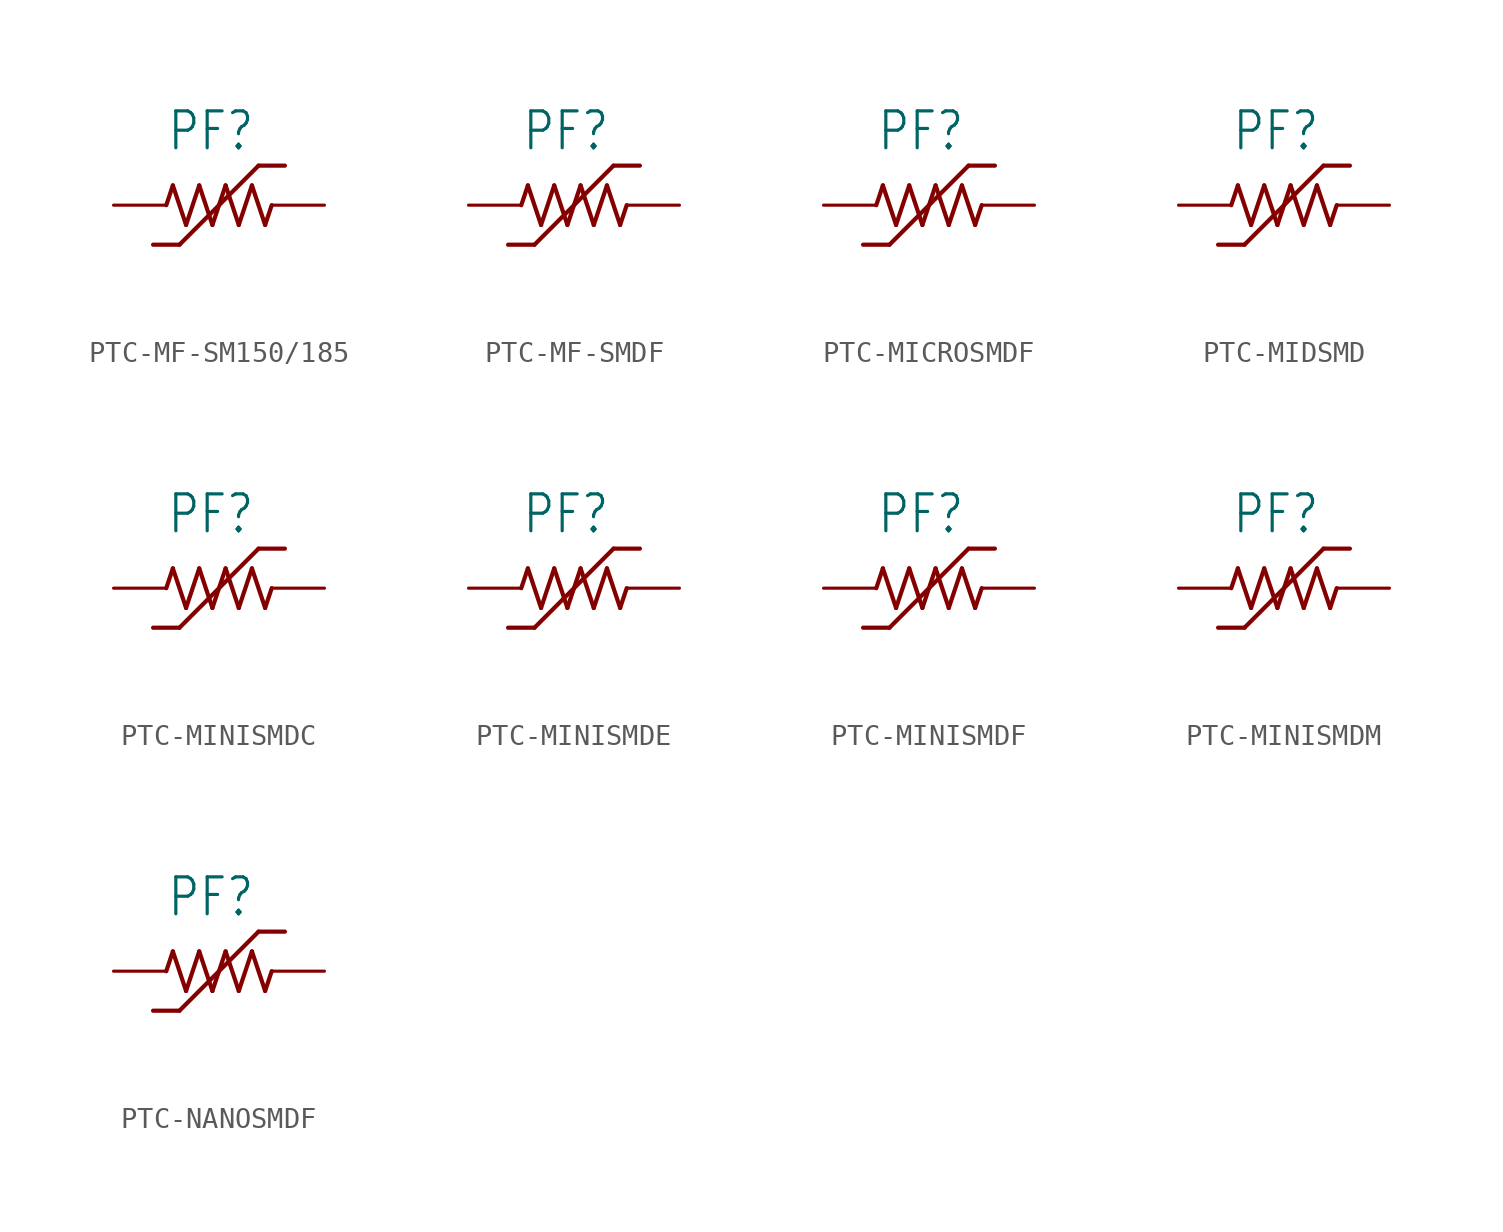
<source format=kicad_sym>
(kicad_symbol_lib
  (version 20231120)
  (generator "kicad_symbol_editor")
  (generator_version "8.0")
  (symbol "PTC-MF-SM150/185"
    (property "Reference" "PF"
      (at -2.54 2.54 0)
      (effects (font (size 1.778 1.511)) (justify left bottom)))
    (property "Value" ""
      (at -5.08 -5.08 0)
      (effects (font (size 1.778 1.511)) (justify left bottom)))
    (property "ki_locked" ""
      (at 0 0 0)
      (effects (font (size 1.27 1.27))))
    (symbol "PTC-MF-SM150/185_1_0"
      (polyline (pts (xy -2.54 0) (xy -2.223 0.953)) (stroke (width 0.203) (type solid)) (fill (type none)))
      (polyline (pts (xy -2.223 0.953) (xy -1.587 -0.953)) (stroke (width 0.203) (type solid)) (fill (type none)))
      (polyline (pts (xy -1.905 -1.905) (xy -3.175 -1.905)) (stroke (width 0.203) (type solid)) (fill (type none)))
      (polyline (pts (xy -1.587 -0.953) (xy -0.953 0.953)) (stroke (width 0.203) (type solid)) (fill (type none)))
      (polyline (pts (xy -0.953 0.953) (xy -0.318 -0.953)) (stroke (width 0.203) (type solid)) (fill (type none)))
      (polyline (pts (xy -0.318 -0.953) (xy 0.318 0.953)) (stroke (width 0.203) (type solid)) (fill (type none)))
      (polyline (pts (xy 0.318 0.953) (xy 0.953 -0.953)) (stroke (width 0.203) (type solid)) (fill (type none)))
      (polyline (pts (xy 0.953 -0.953) (xy 1.587 0.953)) (stroke (width 0.203) (type solid)) (fill (type none)))
      (polyline (pts (xy 1.587 0.953) (xy 2.223 -0.953)) (stroke (width 0.203) (type solid)) (fill (type none)))
      (polyline (pts (xy 1.905 1.905) (xy -1.905 -1.905)) (stroke (width 0.203) (type solid)) (fill (type none)))
      (polyline (pts (xy 2.223 -0.953) (xy 2.54 0)) (stroke (width 0.203) (type solid)) (fill (type none)))
      (polyline (pts (xy 3.175 1.905) (xy 1.905 1.905)) (stroke (width 0.203) (type solid)) (fill (type none)))
      (pin passive line (at -5.08 0 0) (length 2.54) (name "1" (effects (font (size 0 0)))) (number "1" (effects (font (size 0 0)))))
      (pin passive line (at 5.08 0 180) (length 2.54) (name "2" (effects (font (size 0 0)))) (number "2" (effects (font (size 0 0)))))))
  (symbol "PTC-MF-SMDF"
    (property "Reference" "PF"
      (at -2.54 2.54 0)
      (effects (font (size 1.778 1.511)) (justify left bottom)))
    (property "Value" ""
      (at -5.08 -5.08 0)
      (effects (font (size 1.778 1.511)) (justify left bottom)))
    (property "ki_locked" ""
      (at 0 0 0)
      (effects (font (size 1.27 1.27))))
    (symbol "PTC-MF-SMDF_1_0"
      (polyline (pts (xy -2.54 0) (xy -2.223 0.953)) (stroke (width 0.203) (type solid)) (fill (type none)))
      (polyline (pts (xy -2.223 0.953) (xy -1.587 -0.953)) (stroke (width 0.203) (type solid)) (fill (type none)))
      (polyline (pts (xy -1.905 -1.905) (xy -3.175 -1.905)) (stroke (width 0.203) (type solid)) (fill (type none)))
      (polyline (pts (xy -1.587 -0.953) (xy -0.953 0.953)) (stroke (width 0.203) (type solid)) (fill (type none)))
      (polyline (pts (xy -0.953 0.953) (xy -0.318 -0.953)) (stroke (width 0.203) (type solid)) (fill (type none)))
      (polyline (pts (xy -0.318 -0.953) (xy 0.318 0.953)) (stroke (width 0.203) (type solid)) (fill (type none)))
      (polyline (pts (xy 0.318 0.953) (xy 0.953 -0.953)) (stroke (width 0.203) (type solid)) (fill (type none)))
      (polyline (pts (xy 0.953 -0.953) (xy 1.587 0.953)) (stroke (width 0.203) (type solid)) (fill (type none)))
      (polyline (pts (xy 1.587 0.953) (xy 2.223 -0.953)) (stroke (width 0.203) (type solid)) (fill (type none)))
      (polyline (pts (xy 1.905 1.905) (xy -1.905 -1.905)) (stroke (width 0.203) (type solid)) (fill (type none)))
      (polyline (pts (xy 2.223 -0.953) (xy 2.54 0)) (stroke (width 0.203) (type solid)) (fill (type none)))
      (polyline (pts (xy 3.175 1.905) (xy 1.905 1.905)) (stroke (width 0.203) (type solid)) (fill (type none)))
      (pin passive line (at -5.08 0 0) (length 2.54) (name "1" (effects (font (size 0 0)))) (number "1" (effects (font (size 0 0)))))
      (pin passive line (at 5.08 0 180) (length 2.54) (name "2" (effects (font (size 0 0)))) (number "2" (effects (font (size 0 0)))))))
  (symbol "PTC-MICROSMDF"
    (property "Reference" "PF"
      (at -2.54 2.54 0)
      (effects (font (size 1.778 1.511)) (justify left bottom)))
    (property "Value" ""
      (at -5.08 -5.08 0)
      (effects (font (size 1.778 1.511)) (justify left bottom)))
    (property "ki_locked" ""
      (at 0 0 0)
      (effects (font (size 1.27 1.27))))
    (symbol "PTC-MICROSMDF_1_0"
      (polyline (pts (xy -2.54 0) (xy -2.223 0.953)) (stroke (width 0.203) (type solid)) (fill (type none)))
      (polyline (pts (xy -2.223 0.953) (xy -1.587 -0.953)) (stroke (width 0.203) (type solid)) (fill (type none)))
      (polyline (pts (xy -1.905 -1.905) (xy -3.175 -1.905)) (stroke (width 0.203) (type solid)) (fill (type none)))
      (polyline (pts (xy -1.587 -0.953) (xy -0.953 0.953)) (stroke (width 0.203) (type solid)) (fill (type none)))
      (polyline (pts (xy -0.953 0.953) (xy -0.318 -0.953)) (stroke (width 0.203) (type solid)) (fill (type none)))
      (polyline (pts (xy -0.318 -0.953) (xy 0.318 0.953)) (stroke (width 0.203) (type solid)) (fill (type none)))
      (polyline (pts (xy 0.318 0.953) (xy 0.953 -0.953)) (stroke (width 0.203) (type solid)) (fill (type none)))
      (polyline (pts (xy 0.953 -0.953) (xy 1.587 0.953)) (stroke (width 0.203) (type solid)) (fill (type none)))
      (polyline (pts (xy 1.587 0.953) (xy 2.223 -0.953)) (stroke (width 0.203) (type solid)) (fill (type none)))
      (polyline (pts (xy 1.905 1.905) (xy -1.905 -1.905)) (stroke (width 0.203) (type solid)) (fill (type none)))
      (polyline (pts (xy 2.223 -0.953) (xy 2.54 0)) (stroke (width 0.203) (type solid)) (fill (type none)))
      (polyline (pts (xy 3.175 1.905) (xy 1.905 1.905)) (stroke (width 0.203) (type solid)) (fill (type none)))
      (pin passive line (at -5.08 0 0) (length 2.54) (name "1" (effects (font (size 0 0)))) (number "1" (effects (font (size 0 0)))))
      (pin passive line (at 5.08 0 180) (length 2.54) (name "2" (effects (font (size 0 0)))) (number "2" (effects (font (size 0 0)))))))
  (symbol "PTC-MIDSMD"
    (property "Reference" "PF"
      (at -2.54 2.54 0)
      (effects (font (size 1.778 1.511)) (justify left bottom)))
    (property "Value" ""
      (at -5.08 -5.08 0)
      (effects (font (size 1.778 1.511)) (justify left bottom)))
    (property "ki_locked" ""
      (at 0 0 0)
      (effects (font (size 1.27 1.27))))
    (symbol "PTC-MIDSMD_1_0"
      (polyline (pts (xy -2.54 0) (xy -2.223 0.953)) (stroke (width 0.203) (type solid)) (fill (type none)))
      (polyline (pts (xy -2.223 0.953) (xy -1.587 -0.953)) (stroke (width 0.203) (type solid)) (fill (type none)))
      (polyline (pts (xy -1.905 -1.905) (xy -3.175 -1.905)) (stroke (width 0.203) (type solid)) (fill (type none)))
      (polyline (pts (xy -1.587 -0.953) (xy -0.953 0.953)) (stroke (width 0.203) (type solid)) (fill (type none)))
      (polyline (pts (xy -0.953 0.953) (xy -0.318 -0.953)) (stroke (width 0.203) (type solid)) (fill (type none)))
      (polyline (pts (xy -0.318 -0.953) (xy 0.318 0.953)) (stroke (width 0.203) (type solid)) (fill (type none)))
      (polyline (pts (xy 0.318 0.953) (xy 0.953 -0.953)) (stroke (width 0.203) (type solid)) (fill (type none)))
      (polyline (pts (xy 0.953 -0.953) (xy 1.587 0.953)) (stroke (width 0.203) (type solid)) (fill (type none)))
      (polyline (pts (xy 1.587 0.953) (xy 2.223 -0.953)) (stroke (width 0.203) (type solid)) (fill (type none)))
      (polyline (pts (xy 1.905 1.905) (xy -1.905 -1.905)) (stroke (width 0.203) (type solid)) (fill (type none)))
      (polyline (pts (xy 2.223 -0.953) (xy 2.54 0)) (stroke (width 0.203) (type solid)) (fill (type none)))
      (polyline (pts (xy 3.175 1.905) (xy 1.905 1.905)) (stroke (width 0.203) (type solid)) (fill (type none)))
      (pin passive line (at 5.08 0 180) (length 2.54) (name "2" (effects (font (size 0 0)))) (number "1" (effects (font (size 0 0)))))
      (pin passive line (at -5.08 0 0) (length 2.54) (name "1" (effects (font (size 0 0)))) (number "2" (effects (font (size 0 0)))))))
  (symbol "PTC-MINISMDC"
    (property "Reference" "PF"
      (at -2.54 2.54 0)
      (effects (font (size 1.778 1.511)) (justify left bottom)))
    (property "Value" ""
      (at -5.08 -5.08 0)
      (effects (font (size 1.778 1.511)) (justify left bottom)))
    (property "ki_locked" ""
      (at 0 0 0)
      (effects (font (size 1.27 1.27))))
    (symbol "PTC-MINISMDC_1_0"
      (polyline (pts (xy -2.54 0) (xy -2.223 0.953)) (stroke (width 0.203) (type solid)) (fill (type none)))
      (polyline (pts (xy -2.223 0.953) (xy -1.587 -0.953)) (stroke (width 0.203) (type solid)) (fill (type none)))
      (polyline (pts (xy -1.905 -1.905) (xy -3.175 -1.905)) (stroke (width 0.203) (type solid)) (fill (type none)))
      (polyline (pts (xy -1.587 -0.953) (xy -0.953 0.953)) (stroke (width 0.203) (type solid)) (fill (type none)))
      (polyline (pts (xy -0.953 0.953) (xy -0.318 -0.953)) (stroke (width 0.203) (type solid)) (fill (type none)))
      (polyline (pts (xy -0.318 -0.953) (xy 0.318 0.953)) (stroke (width 0.203) (type solid)) (fill (type none)))
      (polyline (pts (xy 0.318 0.953) (xy 0.953 -0.953)) (stroke (width 0.203) (type solid)) (fill (type none)))
      (polyline (pts (xy 0.953 -0.953) (xy 1.587 0.953)) (stroke (width 0.203) (type solid)) (fill (type none)))
      (polyline (pts (xy 1.587 0.953) (xy 2.223 -0.953)) (stroke (width 0.203) (type solid)) (fill (type none)))
      (polyline (pts (xy 1.905 1.905) (xy -1.905 -1.905)) (stroke (width 0.203) (type solid)) (fill (type none)))
      (polyline (pts (xy 2.223 -0.953) (xy 2.54 0)) (stroke (width 0.203) (type solid)) (fill (type none)))
      (polyline (pts (xy 3.175 1.905) (xy 1.905 1.905)) (stroke (width 0.203) (type solid)) (fill (type none)))
      (pin passive line (at 5.08 0 180) (length 2.54) (name "2" (effects (font (size 0 0)))) (number "1" (effects (font (size 0 0)))))
      (pin passive line (at -5.08 0 0) (length 2.54) (name "1" (effects (font (size 0 0)))) (number "2" (effects (font (size 0 0)))))))
  (symbol "PTC-MINISMDE"
    (property "Reference" "PF"
      (at -2.54 2.54 0)
      (effects (font (size 1.778 1.511)) (justify left bottom)))
    (property "Value" ""
      (at -5.08 -5.08 0)
      (effects (font (size 1.778 1.511)) (justify left bottom)))
    (property "ki_locked" ""
      (at 0 0 0)
      (effects (font (size 1.27 1.27))))
    (symbol "PTC-MINISMDE_1_0"
      (polyline (pts (xy -2.54 0) (xy -2.223 0.953)) (stroke (width 0.203) (type solid)) (fill (type none)))
      (polyline (pts (xy -2.223 0.953) (xy -1.587 -0.953)) (stroke (width 0.203) (type solid)) (fill (type none)))
      (polyline (pts (xy -1.905 -1.905) (xy -3.175 -1.905)) (stroke (width 0.203) (type solid)) (fill (type none)))
      (polyline (pts (xy -1.587 -0.953) (xy -0.953 0.953)) (stroke (width 0.203) (type solid)) (fill (type none)))
      (polyline (pts (xy -0.953 0.953) (xy -0.318 -0.953)) (stroke (width 0.203) (type solid)) (fill (type none)))
      (polyline (pts (xy -0.318 -0.953) (xy 0.318 0.953)) (stroke (width 0.203) (type solid)) (fill (type none)))
      (polyline (pts (xy 0.318 0.953) (xy 0.953 -0.953)) (stroke (width 0.203) (type solid)) (fill (type none)))
      (polyline (pts (xy 0.953 -0.953) (xy 1.587 0.953)) (stroke (width 0.203) (type solid)) (fill (type none)))
      (polyline (pts (xy 1.587 0.953) (xy 2.223 -0.953)) (stroke (width 0.203) (type solid)) (fill (type none)))
      (polyline (pts (xy 1.905 1.905) (xy -1.905 -1.905)) (stroke (width 0.203) (type solid)) (fill (type none)))
      (polyline (pts (xy 2.223 -0.953) (xy 2.54 0)) (stroke (width 0.203) (type solid)) (fill (type none)))
      (polyline (pts (xy 3.175 1.905) (xy 1.905 1.905)) (stroke (width 0.203) (type solid)) (fill (type none)))
      (pin passive line (at 5.08 0 180) (length 2.54) (name "2" (effects (font (size 0 0)))) (number "1" (effects (font (size 0 0)))))
      (pin passive line (at -5.08 0 0) (length 2.54) (name "1" (effects (font (size 0 0)))) (number "2" (effects (font (size 0 0)))))))
  (symbol "PTC-MINISMDF"
    (property "Reference" "PF"
      (at -2.54 2.54 0)
      (effects (font (size 1.778 1.511)) (justify left bottom)))
    (property "Value" ""
      (at -5.08 -5.08 0)
      (effects (font (size 1.778 1.511)) (justify left bottom)))
    (property "ki_locked" ""
      (at 0 0 0)
      (effects (font (size 1.27 1.27))))
    (symbol "PTC-MINISMDF_1_0"
      (polyline (pts (xy -2.54 0) (xy -2.223 0.953)) (stroke (width 0.203) (type solid)) (fill (type none)))
      (polyline (pts (xy -2.223 0.953) (xy -1.587 -0.953)) (stroke (width 0.203) (type solid)) (fill (type none)))
      (polyline (pts (xy -1.905 -1.905) (xy -3.175 -1.905)) (stroke (width 0.203) (type solid)) (fill (type none)))
      (polyline (pts (xy -1.587 -0.953) (xy -0.953 0.953)) (stroke (width 0.203) (type solid)) (fill (type none)))
      (polyline (pts (xy -0.953 0.953) (xy -0.318 -0.953)) (stroke (width 0.203) (type solid)) (fill (type none)))
      (polyline (pts (xy -0.318 -0.953) (xy 0.318 0.953)) (stroke (width 0.203) (type solid)) (fill (type none)))
      (polyline (pts (xy 0.318 0.953) (xy 0.953 -0.953)) (stroke (width 0.203) (type solid)) (fill (type none)))
      (polyline (pts (xy 0.953 -0.953) (xy 1.587 0.953)) (stroke (width 0.203) (type solid)) (fill (type none)))
      (polyline (pts (xy 1.587 0.953) (xy 2.223 -0.953)) (stroke (width 0.203) (type solid)) (fill (type none)))
      (polyline (pts (xy 1.905 1.905) (xy -1.905 -1.905)) (stroke (width 0.203) (type solid)) (fill (type none)))
      (polyline (pts (xy 2.223 -0.953) (xy 2.54 0)) (stroke (width 0.203) (type solid)) (fill (type none)))
      (polyline (pts (xy 3.175 1.905) (xy 1.905 1.905)) (stroke (width 0.203) (type solid)) (fill (type none)))
      (pin passive line (at -5.08 0 0) (length 2.54) (name "1" (effects (font (size 0 0)))) (number "1" (effects (font (size 0 0)))))
      (pin passive line (at 5.08 0 180) (length 2.54) (name "2" (effects (font (size 0 0)))) (number "2" (effects (font (size 0 0)))))))
  (symbol "PTC-MINISMDM"
    (property "Reference" "PF"
      (at -2.54 2.54 0)
      (effects (font (size 1.778 1.511)) (justify left bottom)))
    (property "Value" ""
      (at -5.08 -5.08 0)
      (effects (font (size 1.778 1.511)) (justify left bottom)))
    (property "ki_locked" ""
      (at 0 0 0)
      (effects (font (size 1.27 1.27))))
    (symbol "PTC-MINISMDM_1_0"
      (polyline (pts (xy -2.54 0) (xy -2.223 0.953)) (stroke (width 0.203) (type solid)) (fill (type none)))
      (polyline (pts (xy -2.223 0.953) (xy -1.587 -0.953)) (stroke (width 0.203) (type solid)) (fill (type none)))
      (polyline (pts (xy -1.905 -1.905) (xy -3.175 -1.905)) (stroke (width 0.203) (type solid)) (fill (type none)))
      (polyline (pts (xy -1.587 -0.953) (xy -0.953 0.953)) (stroke (width 0.203) (type solid)) (fill (type none)))
      (polyline (pts (xy -0.953 0.953) (xy -0.318 -0.953)) (stroke (width 0.203) (type solid)) (fill (type none)))
      (polyline (pts (xy -0.318 -0.953) (xy 0.318 0.953)) (stroke (width 0.203) (type solid)) (fill (type none)))
      (polyline (pts (xy 0.318 0.953) (xy 0.953 -0.953)) (stroke (width 0.203) (type solid)) (fill (type none)))
      (polyline (pts (xy 0.953 -0.953) (xy 1.587 0.953)) (stroke (width 0.203) (type solid)) (fill (type none)))
      (polyline (pts (xy 1.587 0.953) (xy 2.223 -0.953)) (stroke (width 0.203) (type solid)) (fill (type none)))
      (polyline (pts (xy 1.905 1.905) (xy -1.905 -1.905)) (stroke (width 0.203) (type solid)) (fill (type none)))
      (polyline (pts (xy 2.223 -0.953) (xy 2.54 0)) (stroke (width 0.203) (type solid)) (fill (type none)))
      (polyline (pts (xy 3.175 1.905) (xy 1.905 1.905)) (stroke (width 0.203) (type solid)) (fill (type none)))
      (pin passive line (at 5.08 0 180) (length 2.54) (name "2" (effects (font (size 0 0)))) (number "1" (effects (font (size 0 0)))))
      (pin passive line (at -5.08 0 0) (length 2.54) (name "1" (effects (font (size 0 0)))) (number "2" (effects (font (size 0 0)))))))
  (symbol "PTC-NANOSMDF"
    (property "Reference" "PF"
      (at -2.54 2.54 0)
      (effects (font (size 1.778 1.511)) (justify left bottom)))
    (property "Value" ""
      (at -5.08 -5.08 0)
      (effects (font (size 1.778 1.511)) (justify left bottom)))
    (property "ki_locked" ""
      (at 0 0 0)
      (effects (font (size 1.27 1.27))))
    (symbol "PTC-NANOSMDF_1_0"
      (polyline (pts (xy -2.54 0) (xy -2.223 0.953)) (stroke (width 0.203) (type solid)) (fill (type none)))
      (polyline (pts (xy -2.223 0.953) (xy -1.587 -0.953)) (stroke (width 0.203) (type solid)) (fill (type none)))
      (polyline (pts (xy -1.905 -1.905) (xy -3.175 -1.905)) (stroke (width 0.203) (type solid)) (fill (type none)))
      (polyline (pts (xy -1.587 -0.953) (xy -0.953 0.953)) (stroke (width 0.203) (type solid)) (fill (type none)))
      (polyline (pts (xy -0.953 0.953) (xy -0.318 -0.953)) (stroke (width 0.203) (type solid)) (fill (type none)))
      (polyline (pts (xy -0.318 -0.953) (xy 0.318 0.953)) (stroke (width 0.203) (type solid)) (fill (type none)))
      (polyline (pts (xy 0.318 0.953) (xy 0.953 -0.953)) (stroke (width 0.203) (type solid)) (fill (type none)))
      (polyline (pts (xy 0.953 -0.953) (xy 1.587 0.953)) (stroke (width 0.203) (type solid)) (fill (type none)))
      (polyline (pts (xy 1.587 0.953) (xy 2.223 -0.953)) (stroke (width 0.203) (type solid)) (fill (type none)))
      (polyline (pts (xy 1.905 1.905) (xy -1.905 -1.905)) (stroke (width 0.203) (type solid)) (fill (type none)))
      (polyline (pts (xy 2.223 -0.953) (xy 2.54 0)) (stroke (width 0.203) (type solid)) (fill (type none)))
      (polyline (pts (xy 3.175 1.905) (xy 1.905 1.905)) (stroke (width 0.203) (type solid)) (fill (type none)))
      (pin passive line (at -5.08 0 0) (length 2.54) (name "1" (effects (font (size 0 0)))) (number "1" (effects (font (size 0 0)))))
      (pin passive line (at 5.08 0 180) (length 2.54) (name "2" (effects (font (size 0 0)))) (number "2" (effects (font (size 0 0))))))))
</source>
